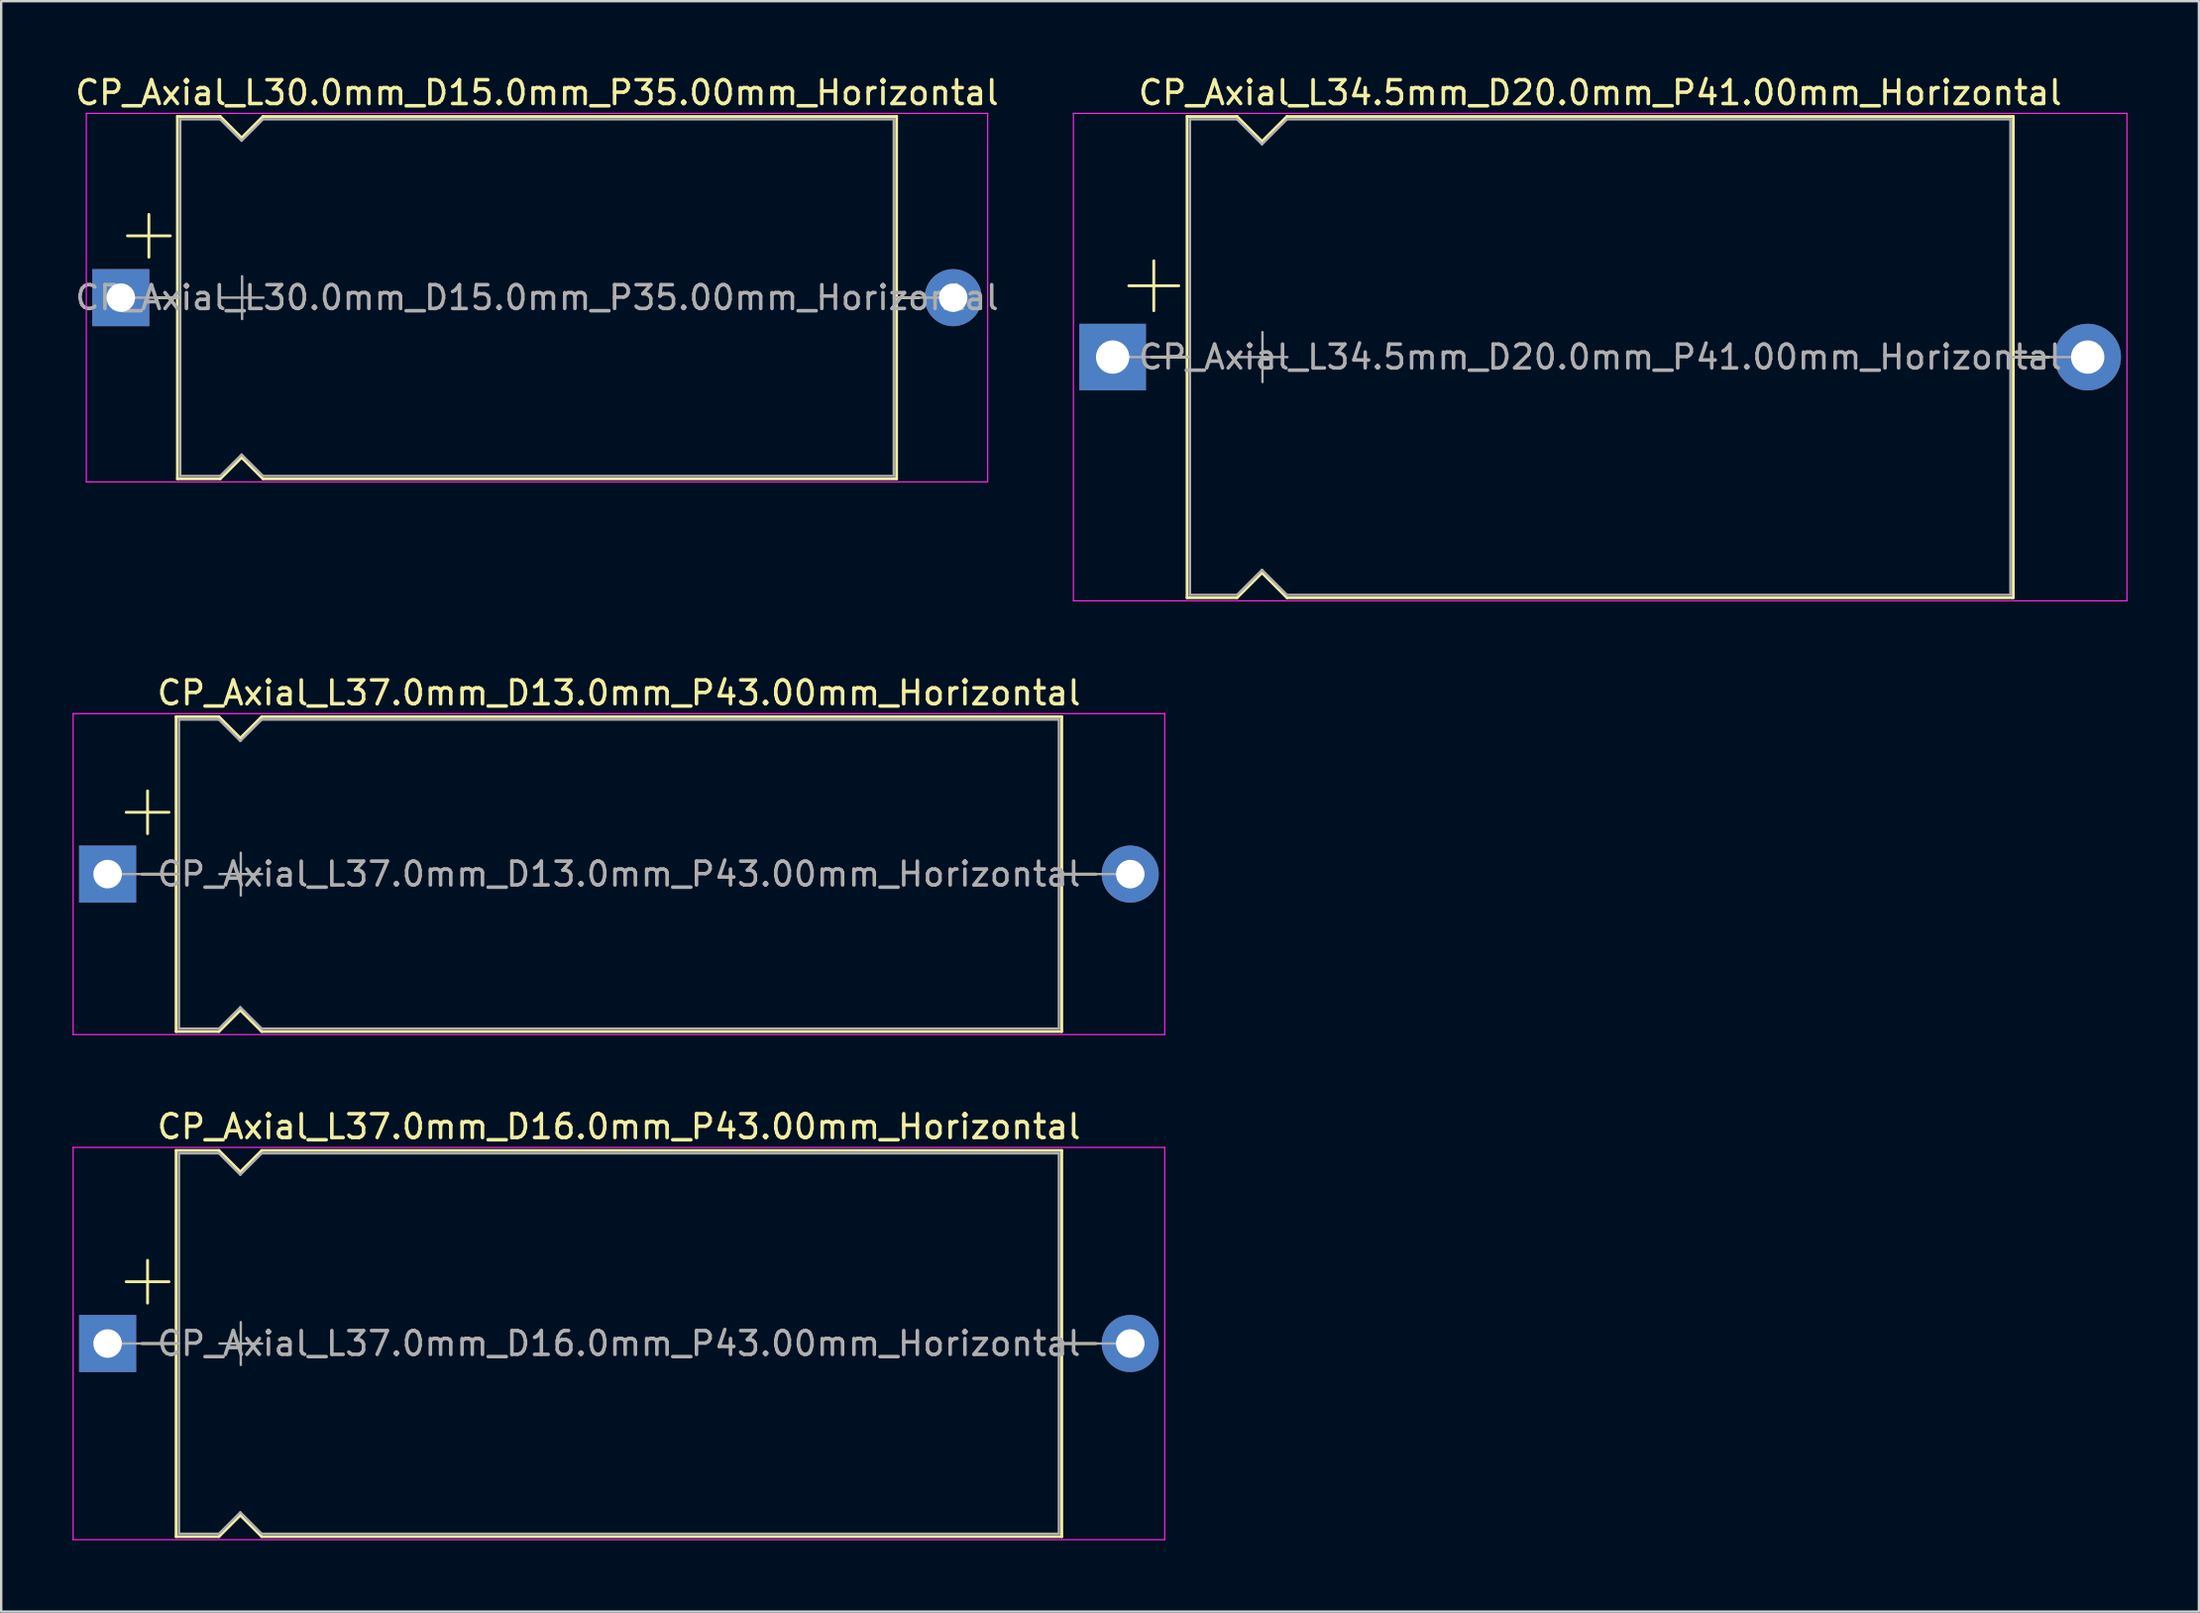
<source format=kicad_pcb>
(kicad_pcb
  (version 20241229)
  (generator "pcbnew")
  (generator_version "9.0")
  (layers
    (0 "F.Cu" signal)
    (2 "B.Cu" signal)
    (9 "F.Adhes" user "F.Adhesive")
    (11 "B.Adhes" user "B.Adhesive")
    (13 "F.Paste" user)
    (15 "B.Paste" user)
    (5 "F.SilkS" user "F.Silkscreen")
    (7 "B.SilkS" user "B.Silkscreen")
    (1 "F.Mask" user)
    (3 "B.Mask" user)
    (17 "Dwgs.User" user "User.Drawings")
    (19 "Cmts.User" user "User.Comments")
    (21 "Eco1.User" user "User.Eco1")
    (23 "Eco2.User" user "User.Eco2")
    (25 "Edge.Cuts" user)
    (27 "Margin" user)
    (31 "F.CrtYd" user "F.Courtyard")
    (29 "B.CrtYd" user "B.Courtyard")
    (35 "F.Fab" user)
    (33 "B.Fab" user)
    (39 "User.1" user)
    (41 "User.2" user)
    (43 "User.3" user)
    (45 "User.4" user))
  (footprint "CP_Axial_L37.0mm_D13.0mm_P43.00mm_Horizontal"
    (layer "F.Cu")
    (at 1.475 33.712)
    (property "Reference" "CP_Axial_L37.0mm_D13.0mm_P43.00mm_Horizontal" (at 21.5 -7.62 0) (layer "F.SilkS") (effects (font (size 1 1) (thickness 0.15))))
    (attr through_hole)
    (fp_line (start 0.78 -2.6) (end 2.58 -2.6) (stroke (width 0.12) (type solid)) (layer "F.SilkS"))
    (fp_line (start 1.44 0) (end 2.88 0) (stroke (width 0.12) (type solid)) (layer "F.SilkS"))
    (fp_line (start 1.68 -3.5) (end 1.68 -1.7) (stroke (width 0.12) (type solid)) (layer "F.SilkS"))
    (fp_line (start 2.88 -6.62) (end 2.88 6.62) (stroke (width 0.12) (type solid)) (layer "F.SilkS"))
    (fp_line (start 2.88 -6.62) (end 4.68 -6.62) (stroke (width 0.12) (type solid)) (layer "F.SilkS"))
    (fp_line (start 2.88 6.62) (end 4.68 6.62) (stroke (width 0.12) (type solid)) (layer "F.SilkS"))
    (fp_line (start 4.68 -6.62) (end 5.58 -5.72) (stroke (width 0.12) (type solid)) (layer "F.SilkS"))
    (fp_line (start 4.68 6.62) (end 5.58 5.72) (stroke (width 0.12) (type solid)) (layer "F.SilkS"))
    (fp_line (start 5.58 -5.72) (end 6.48 -6.62) (stroke (width 0.12) (type solid)) (layer "F.SilkS"))
    (fp_line (start 5.58 5.72) (end 6.48 6.62) (stroke (width 0.12) (type solid)) (layer "F.SilkS"))
    (fp_line (start 6.48 -6.62) (end 40.12 -6.62) (stroke (width 0.12) (type solid)) (layer "F.SilkS"))
    (fp_line (start 6.48 6.62) (end 40.12 6.62) (stroke (width 0.12) (type solid)) (layer "F.SilkS"))
    (fp_line (start 40.12 -6.62) (end 40.12 6.62) (stroke (width 0.12) (type solid)) (layer "F.SilkS"))
    (fp_line (start 41.56 0) (end 40.12 0) (stroke (width 0.12) (type solid)) (layer "F.SilkS"))
    (fp_line (start -1.45 -6.75) (end -1.45 6.75) (stroke (width 0.05) (type solid)) (layer "F.CrtYd"))
    (fp_line (start -1.45 6.75) (end 44.45 6.75) (stroke (width 0.05) (type solid)) (layer "F.CrtYd"))
    (fp_line (start 44.45 -6.75) (end -1.45 -6.75) (stroke (width 0.05) (type solid)) (layer "F.CrtYd"))
    (fp_line (start 44.45 6.75) (end 44.45 -6.75) (stroke (width 0.05) (type solid)) (layer "F.CrtYd"))
    (fp_line (start 0 0) (end 3 0) (stroke (width 0.1) (type solid)) (layer "F.Fab"))
    (fp_line (start 3 -6.5) (end 3 6.5) (stroke (width 0.1) (type solid)) (layer "F.Fab"))
    (fp_line (start 3 -6.5) (end 4.68 -6.5) (stroke (width 0.1) (type solid)) (layer "F.Fab"))
    (fp_line (start 3 6.5) (end 4.68 6.5) (stroke (width 0.1) (type solid)) (layer "F.Fab"))
    (fp_line (start 4.68 -6.5) (end 5.58 -5.6) (stroke (width 0.1) (type solid)) (layer "F.Fab"))
    (fp_line (start 4.68 6.5) (end 5.58 5.6) (stroke (width 0.1) (type solid)) (layer "F.Fab"))
    (fp_line (start 4.7 0) (end 6.5 0) (stroke (width 0.1) (type solid)) (layer "F.Fab"))
    (fp_line (start 5.58 -5.6) (end 6.48 -6.5) (stroke (width 0.1) (type solid)) (layer "F.Fab"))
    (fp_line (start 5.58 5.6) (end 6.48 6.5) (stroke (width 0.1) (type solid)) (layer "F.Fab"))
    (fp_line (start 5.6 -0.9) (end 5.6 0.9) (stroke (width 0.1) (type solid)) (layer "F.Fab"))
    (fp_line (start 6.48 -6.5) (end 40 -6.5) (stroke (width 0.1) (type solid)) (layer "F.Fab"))
    (fp_line (start 6.48 6.5) (end 40 6.5) (stroke (width 0.1) (type solid)) (layer "F.Fab"))
    (fp_line (start 40 -6.5) (end 40 6.5) (stroke (width 0.1) (type solid)) (layer "F.Fab"))
    (fp_line (start 43 0) (end 40 0) (stroke (width 0.1) (type solid)) (layer "F.Fab"))
    (fp_text user "${REFERENCE}" (at 21.5 0 0) (layer "F.Fab") (effects (font (size 1 1) (thickness 0.15))))
    (pad "1" thru_hole rect (at 0 0) (size 2.4 2.4) (drill 1.2) (layers "*.Cu" "*.Mask"))
    (pad "2" thru_hole oval (at 43 0) (size 2.4 2.4) (drill 1.2) (layers "*.Cu" "*.Mask")))
  (footprint "CP_Axial_L30.0mm_D15.0mm_P35.00mm_Horizontal"
    (layer "F.Cu")
    (at 2.03 9.468)
    (property "Reference" "CP_Axial_L30.0mm_D15.0mm_P35.00mm_Horizontal" (at 17.5 -8.62 0) (layer "F.SilkS") (effects (font (size 1 1) (thickness 0.15))))
    (attr through_hole)
    (fp_line (start 0.28 -2.6) (end 2.08 -2.6) (stroke (width 0.12) (type solid)) (layer "F.SilkS"))
    (fp_line (start 1.18 -3.5) (end 1.18 -1.7) (stroke (width 0.12) (type solid)) (layer "F.SilkS"))
    (fp_line (start 1.44 0) (end 2.38 0) (stroke (width 0.12) (type solid)) (layer "F.SilkS"))
    (fp_line (start 2.38 -7.62) (end 2.38 7.62) (stroke (width 0.12) (type solid)) (layer "F.SilkS"))
    (fp_line (start 2.38 -7.62) (end 4.18 -7.62) (stroke (width 0.12) (type solid)) (layer "F.SilkS"))
    (fp_line (start 2.38 7.62) (end 4.18 7.62) (stroke (width 0.12) (type solid)) (layer "F.SilkS"))
    (fp_line (start 4.18 -7.62) (end 5.08 -6.72) (stroke (width 0.12) (type solid)) (layer "F.SilkS"))
    (fp_line (start 4.18 7.62) (end 5.08 6.72) (stroke (width 0.12) (type solid)) (layer "F.SilkS"))
    (fp_line (start 5.08 -6.72) (end 5.98 -7.62) (stroke (width 0.12) (type solid)) (layer "F.SilkS"))
    (fp_line (start 5.08 6.72) (end 5.98 7.62) (stroke (width 0.12) (type solid)) (layer "F.SilkS"))
    (fp_line (start 5.98 -7.62) (end 32.62 -7.62) (stroke (width 0.12) (type solid)) (layer "F.SilkS"))
    (fp_line (start 5.98 7.62) (end 32.62 7.62) (stroke (width 0.12) (type solid)) (layer "F.SilkS"))
    (fp_line (start 32.62 -7.62) (end 32.62 7.62) (stroke (width 0.12) (type solid)) (layer "F.SilkS"))
    (fp_line (start 33.56 0) (end 32.62 0) (stroke (width 0.12) (type solid)) (layer "F.SilkS"))
    (fp_line (start -1.45 -7.75) (end -1.45 7.75) (stroke (width 0.05) (type solid)) (layer "F.CrtYd"))
    (fp_line (start -1.45 7.75) (end 36.45 7.75) (stroke (width 0.05) (type solid)) (layer "F.CrtYd"))
    (fp_line (start 36.45 -7.75) (end -1.45 -7.75) (stroke (width 0.05) (type solid)) (layer "F.CrtYd"))
    (fp_line (start 36.45 7.75) (end 36.45 -7.75) (stroke (width 0.05) (type solid)) (layer "F.CrtYd"))
    (fp_line (start 0 0) (end 2.5 0) (stroke (width 0.1) (type solid)) (layer "F.Fab"))
    (fp_line (start 2.5 -7.5) (end 2.5 7.5) (stroke (width 0.1) (type solid)) (layer "F.Fab"))
    (fp_line (start 2.5 -7.5) (end 4.18 -7.5) (stroke (width 0.1) (type solid)) (layer "F.Fab"))
    (fp_line (start 2.5 7.5) (end 4.18 7.5) (stroke (width 0.1) (type solid)) (layer "F.Fab"))
    (fp_line (start 4.18 -7.5) (end 5.08 -6.6) (stroke (width 0.1) (type solid)) (layer "F.Fab"))
    (fp_line (start 4.18 7.5) (end 5.08 6.6) (stroke (width 0.1) (type solid)) (layer "F.Fab"))
    (fp_line (start 4.2 0) (end 6 0) (stroke (width 0.1) (type solid)) (layer "F.Fab"))
    (fp_line (start 5.08 -6.6) (end 5.98 -7.5) (stroke (width 0.1) (type solid)) (layer "F.Fab"))
    (fp_line (start 5.08 6.6) (end 5.98 7.5) (stroke (width 0.1) (type solid)) (layer "F.Fab"))
    (fp_line (start 5.1 -0.9) (end 5.1 0.9) (stroke (width 0.1) (type solid)) (layer "F.Fab"))
    (fp_line (start 5.98 -7.5) (end 32.5 -7.5) (stroke (width 0.1) (type solid)) (layer "F.Fab"))
    (fp_line (start 5.98 7.5) (end 32.5 7.5) (stroke (width 0.1) (type solid)) (layer "F.Fab"))
    (fp_line (start 32.5 -7.5) (end 32.5 7.5) (stroke (width 0.1) (type solid)) (layer "F.Fab"))
    (fp_line (start 35 0) (end 32.5 0) (stroke (width 0.1) (type solid)) (layer "F.Fab"))
    (fp_text user "${REFERENCE}" (at 17.5 0 0) (layer "F.Fab") (effects (font (size 1 1) (thickness 0.15))))
    (pad "1" thru_hole rect (at 0 0) (size 2.4 2.4) (drill 1.2) (layers "*.Cu" "*.Mask"))
    (pad "2" thru_hole oval (at 35 0) (size 2.4 2.4) (drill 1.2) (layers "*.Cu" "*.Mask")))
  (footprint "CP_Axial_L37.0mm_D16.0mm_P43.00mm_Horizontal"
    (layer "F.Cu")
    (at 1.475 53.455)
    (property "Reference" "CP_Axial_L37.0mm_D16.0mm_P43.00mm_Horizontal" (at 21.5 -9.12 0) (layer "F.SilkS") (effects (font (size 1 1) (thickness 0.15))))
    (attr through_hole)
    (fp_line (start 0.78 -2.6) (end 2.58 -2.6) (stroke (width 0.12) (type solid)) (layer "F.SilkS"))
    (fp_line (start 1.44 0) (end 2.88 0) (stroke (width 0.12) (type solid)) (layer "F.SilkS"))
    (fp_line (start 1.68 -3.5) (end 1.68 -1.7) (stroke (width 0.12) (type solid)) (layer "F.SilkS"))
    (fp_line (start 2.88 -8.12) (end 2.88 8.12) (stroke (width 0.12) (type solid)) (layer "F.SilkS"))
    (fp_line (start 2.88 -8.12) (end 4.68 -8.12) (stroke (width 0.12) (type solid)) (layer "F.SilkS"))
    (fp_line (start 2.88 8.12) (end 4.68 8.12) (stroke (width 0.12) (type solid)) (layer "F.SilkS"))
    (fp_line (start 4.68 -8.12) (end 5.58 -7.22) (stroke (width 0.12) (type solid)) (layer "F.SilkS"))
    (fp_line (start 4.68 8.12) (end 5.58 7.22) (stroke (width 0.12) (type solid)) (layer "F.SilkS"))
    (fp_line (start 5.58 -7.22) (end 6.48 -8.12) (stroke (width 0.12) (type solid)) (layer "F.SilkS"))
    (fp_line (start 5.58 7.22) (end 6.48 8.12) (stroke (width 0.12) (type solid)) (layer "F.SilkS"))
    (fp_line (start 6.48 -8.12) (end 40.12 -8.12) (stroke (width 0.12) (type solid)) (layer "F.SilkS"))
    (fp_line (start 6.48 8.12) (end 40.12 8.12) (stroke (width 0.12) (type solid)) (layer "F.SilkS"))
    (fp_line (start 40.12 -8.12) (end 40.12 8.12) (stroke (width 0.12) (type solid)) (layer "F.SilkS"))
    (fp_line (start 41.56 0) (end 40.12 0) (stroke (width 0.12) (type solid)) (layer "F.SilkS"))
    (fp_line (start -1.45 -8.25) (end -1.45 8.25) (stroke (width 0.05) (type solid)) (layer "F.CrtYd"))
    (fp_line (start -1.45 8.25) (end 44.45 8.25) (stroke (width 0.05) (type solid)) (layer "F.CrtYd"))
    (fp_line (start 44.45 -8.25) (end -1.45 -8.25) (stroke (width 0.05) (type solid)) (layer "F.CrtYd"))
    (fp_line (start 44.45 8.25) (end 44.45 -8.25) (stroke (width 0.05) (type solid)) (layer "F.CrtYd"))
    (fp_line (start 0 0) (end 3 0) (stroke (width 0.1) (type solid)) (layer "F.Fab"))
    (fp_line (start 3 -8) (end 3 8) (stroke (width 0.1) (type solid)) (layer "F.Fab"))
    (fp_line (start 3 -8) (end 4.68 -8) (stroke (width 0.1) (type solid)) (layer "F.Fab"))
    (fp_line (start 3 8) (end 4.68 8) (stroke (width 0.1) (type solid)) (layer "F.Fab"))
    (fp_line (start 4.68 -8) (end 5.58 -7.1) (stroke (width 0.1) (type solid)) (layer "F.Fab"))
    (fp_line (start 4.68 8) (end 5.58 7.1) (stroke (width 0.1) (type solid)) (layer "F.Fab"))
    (fp_line (start 4.7 0) (end 6.5 0) (stroke (width 0.1) (type solid)) (layer "F.Fab"))
    (fp_line (start 5.58 -7.1) (end 6.48 -8) (stroke (width 0.1) (type solid)) (layer "F.Fab"))
    (fp_line (start 5.58 7.1) (end 6.48 8) (stroke (width 0.1) (type solid)) (layer "F.Fab"))
    (fp_line (start 5.6 -0.9) (end 5.6 0.9) (stroke (width 0.1) (type solid)) (layer "F.Fab"))
    (fp_line (start 6.48 -8) (end 40 -8) (stroke (width 0.1) (type solid)) (layer "F.Fab"))
    (fp_line (start 6.48 8) (end 40 8) (stroke (width 0.1) (type solid)) (layer "F.Fab"))
    (fp_line (start 40 -8) (end 40 8) (stroke (width 0.1) (type solid)) (layer "F.Fab"))
    (fp_line (start 43 0) (end 40 0) (stroke (width 0.1) (type solid)) (layer "F.Fab"))
    (fp_text user "${REFERENCE}" (at 21.5 0 0) (layer "F.Fab") (effects (font (size 1 1) (thickness 0.15))))
    (pad "1" thru_hole rect (at 0 0) (size 2.4 2.4) (drill 1.2) (layers "*.Cu" "*.Mask"))
    (pad "2" thru_hole oval (at 43 0) (size 2.4 2.4) (drill 1.2) (layers "*.Cu" "*.Mask")))
  (footprint "CP_Axial_L34.5mm_D20.0mm_P41.00mm_Horizontal"
    (layer "F.Cu")
    (at 43.735 11.968)
    (property "Reference" "CP_Axial_L34.5mm_D20.0mm_P41.00mm_Horizontal" (at 20.5 -11.12 0) (layer "F.SilkS") (effects (font (size 1 1) (thickness 0.15))))
    (attr through_hole)
    (fp_line (start 0.68 -3) (end 2.78 -3) (stroke (width 0.12) (type solid)) (layer "F.SilkS"))
    (fp_line (start 1.64 0) (end 3.13 0) (stroke (width 0.12) (type solid)) (layer "F.SilkS"))
    (fp_line (start 1.73 -4.05) (end 1.73 -1.95) (stroke (width 0.12) (type solid)) (layer "F.SilkS"))
    (fp_line (start 3.13 -10.12) (end 3.13 10.12) (stroke (width 0.12) (type solid)) (layer "F.SilkS"))
    (fp_line (start 3.13 -10.12) (end 5.23 -10.12) (stroke (width 0.12) (type solid)) (layer "F.SilkS"))
    (fp_line (start 3.13 10.12) (end 5.23 10.12) (stroke (width 0.12) (type solid)) (layer "F.SilkS"))
    (fp_line (start 5.23 -10.12) (end 6.28 -9.07) (stroke (width 0.12) (type solid)) (layer "F.SilkS"))
    (fp_line (start 5.23 10.12) (end 6.28 9.07) (stroke (width 0.12) (type solid)) (layer "F.SilkS"))
    (fp_line (start 6.28 -9.07) (end 7.33 -10.12) (stroke (width 0.12) (type solid)) (layer "F.SilkS"))
    (fp_line (start 6.28 9.07) (end 7.33 10.12) (stroke (width 0.12) (type solid)) (layer "F.SilkS"))
    (fp_line (start 7.33 -10.12) (end 37.87 -10.12) (stroke (width 0.12) (type solid)) (layer "F.SilkS"))
    (fp_line (start 7.33 10.12) (end 37.87 10.12) (stroke (width 0.12) (type solid)) (layer "F.SilkS"))
    (fp_line (start 37.87 -10.12) (end 37.87 10.12) (stroke (width 0.12) (type solid)) (layer "F.SilkS"))
    (fp_line (start 39.36 0) (end 37.87 0) (stroke (width 0.12) (type solid)) (layer "F.SilkS"))
    (fp_line (start -1.65 -10.25) (end -1.65 10.25) (stroke (width 0.05) (type solid)) (layer "F.CrtYd"))
    (fp_line (start -1.65 10.25) (end 42.65 10.25) (stroke (width 0.05) (type solid)) (layer "F.CrtYd"))
    (fp_line (start 42.65 -10.25) (end -1.65 -10.25) (stroke (width 0.05) (type solid)) (layer "F.CrtYd"))
    (fp_line (start 42.65 10.25) (end 42.65 -10.25) (stroke (width 0.05) (type solid)) (layer "F.CrtYd"))
    (fp_line (start 0 0) (end 3.25 0) (stroke (width 0.1) (type solid)) (layer "F.Fab"))
    (fp_line (start 3.25 -10) (end 3.25 10) (stroke (width 0.1) (type solid)) (layer "F.Fab"))
    (fp_line (start 3.25 -10) (end 5.23 -10) (stroke (width 0.1) (type solid)) (layer "F.Fab"))
    (fp_line (start 3.25 10) (end 5.23 10) (stroke (width 0.1) (type solid)) (layer "F.Fab"))
    (fp_line (start 5.23 -10) (end 6.28 -8.95) (stroke (width 0.1) (type solid)) (layer "F.Fab"))
    (fp_line (start 5.23 10) (end 6.28 8.95) (stroke (width 0.1) (type solid)) (layer "F.Fab"))
    (fp_line (start 5.25 0) (end 7.35 0) (stroke (width 0.1) (type solid)) (layer "F.Fab"))
    (fp_line (start 6.28 -8.95) (end 7.33 -10) (stroke (width 0.1) (type solid)) (layer "F.Fab"))
    (fp_line (start 6.28 8.95) (end 7.33 10) (stroke (width 0.1) (type solid)) (layer "F.Fab"))
    (fp_line (start 6.3 -1.05) (end 6.3 1.05) (stroke (width 0.1) (type solid)) (layer "F.Fab"))
    (fp_line (start 7.33 -10) (end 37.75 -10) (stroke (width 0.1) (type solid)) (layer "F.Fab"))
    (fp_line (start 7.33 10) (end 37.75 10) (stroke (width 0.1) (type solid)) (layer "F.Fab"))
    (fp_line (start 37.75 -10) (end 37.75 10) (stroke (width 0.1) (type solid)) (layer "F.Fab"))
    (fp_line (start 41 0) (end 37.75 0) (stroke (width 0.1) (type solid)) (layer "F.Fab"))
    (fp_text user "${REFERENCE}" (at 20.5 0 0) (layer "F.Fab") (effects (font (size 1 1) (thickness 0.15))))
    (pad "1" thru_hole rect (at 0 0) (size 2.8 2.8) (drill 1.4) (layers "*.Cu" "*.Mask"))
    (pad "2" thru_hole oval (at 41 0) (size 2.8 2.8) (drill 1.4) (layers "*.Cu" "*.Mask")))
  (gr_rect
    (start -3 -3)
    (end 89.41 64.73)
    (stroke (width 0.1) (type default))
    (fill no)
    (layer "Edge.Cuts")))
</source>
